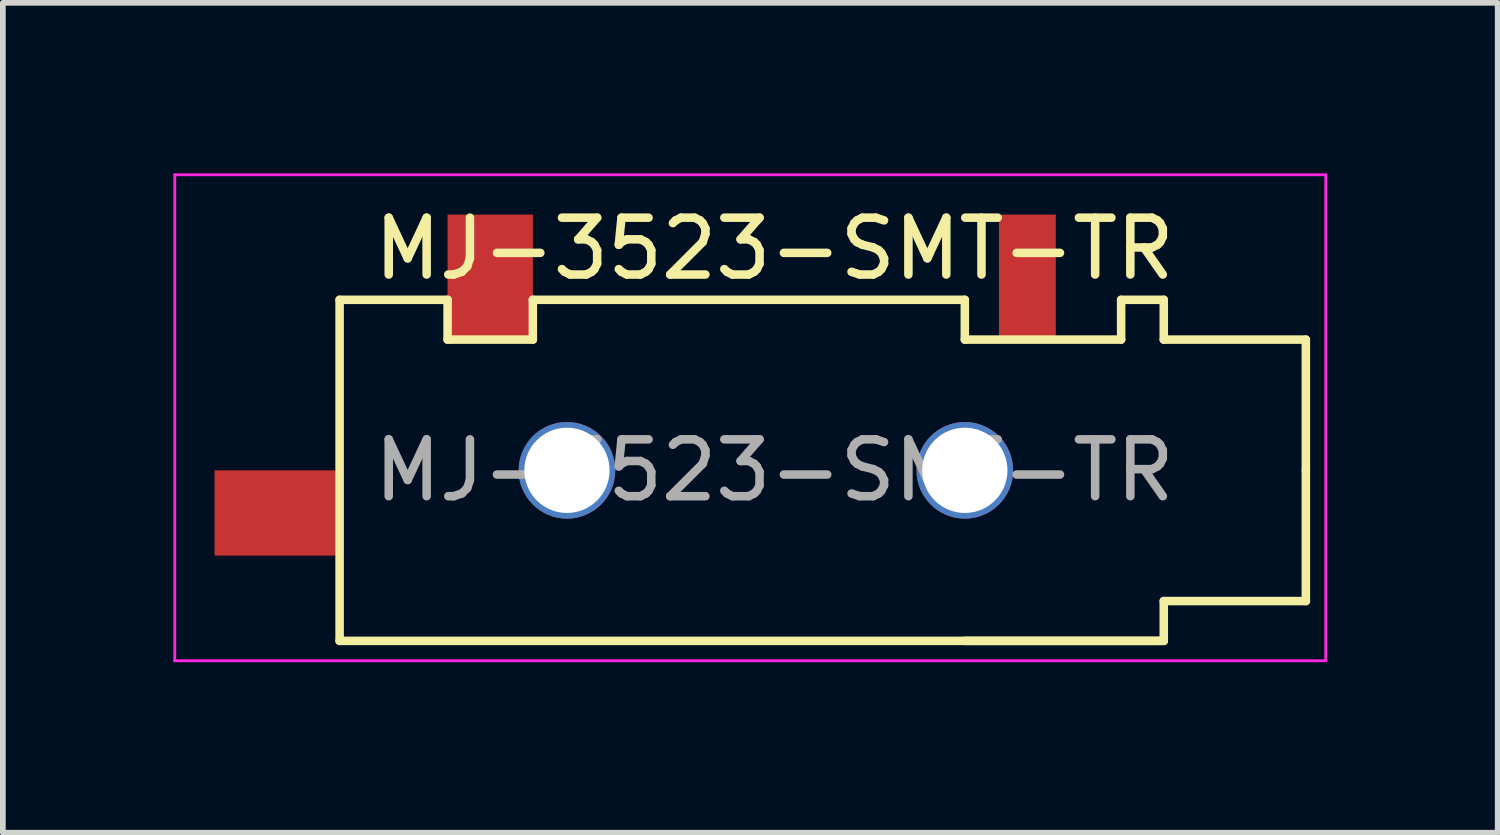
<source format=kicad_pcb>
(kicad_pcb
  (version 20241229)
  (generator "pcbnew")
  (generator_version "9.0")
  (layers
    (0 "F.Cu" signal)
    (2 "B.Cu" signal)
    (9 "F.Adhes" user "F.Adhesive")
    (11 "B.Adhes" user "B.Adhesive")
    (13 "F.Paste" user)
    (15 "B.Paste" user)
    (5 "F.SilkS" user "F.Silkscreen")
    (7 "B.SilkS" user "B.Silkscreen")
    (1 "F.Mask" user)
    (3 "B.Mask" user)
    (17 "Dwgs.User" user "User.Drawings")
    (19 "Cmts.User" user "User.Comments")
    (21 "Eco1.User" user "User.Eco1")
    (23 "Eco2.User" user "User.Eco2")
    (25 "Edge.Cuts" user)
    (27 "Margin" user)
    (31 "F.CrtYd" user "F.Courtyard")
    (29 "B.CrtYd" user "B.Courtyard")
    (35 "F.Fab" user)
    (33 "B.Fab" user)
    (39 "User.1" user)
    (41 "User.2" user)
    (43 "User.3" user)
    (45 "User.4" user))
  (footprint "MJ-3523-SMT-TR"
    (layer "F.Cu")
    (at 10.575 5.225)
    (property "Reference" "MJ-3523-SMT-TR" (at 0 -3.9 0) (layer "F.SilkS") (effects (font (size 1 1) (thickness 0.15))))
    (attr smd)
    (fp_line (start -7.65 -3) (end -5.75 -3) (stroke (width 0.15) (type solid)) (layer "F.SilkS"))
    (fp_line (start -7.65 3) (end -7.65 -3) (stroke (width 0.15) (type solid)) (layer "F.SilkS"))
    (fp_line (start -5.75 -3) (end -5.75 -2.3) (stroke (width 0.15) (type solid)) (layer "F.SilkS"))
    (fp_line (start -5.75 -2.3) (end -4.25 -2.3) (stroke (width 0.15) (type solid)) (layer "F.SilkS"))
    (fp_line (start -4.25 -3) (end 3.35 -3) (stroke (width 0.15) (type solid)) (layer "F.SilkS"))
    (fp_line (start -4.25 -2.3) (end -4.25 -3) (stroke (width 0.15) (type solid)) (layer "F.SilkS"))
    (fp_line (start 3.35 -2.3) (end 3.35 -3) (stroke (width 0.15) (type solid)) (layer "F.SilkS"))
    (fp_line (start 3.35 3) (end 6.85 3) (stroke (width 0.15) (type solid)) (layer "F.SilkS"))
    (fp_line (start 6.1 -3) (end 6.1 -2.3) (stroke (width 0.15) (type solid)) (layer "F.SilkS"))
    (fp_line (start 6.1 -3) (end 6.85 -3) (stroke (width 0.15) (type solid)) (layer "F.SilkS"))
    (fp_line (start 6.1 -2.3) (end 3.35 -2.3) (stroke (width 0.15) (type solid)) (layer "F.SilkS"))
    (fp_line (start 6.85 -2.3) (end 6.85 -3) (stroke (width 0.15) (type solid)) (layer "F.SilkS"))
    (fp_line (start 6.85 2.3) (end 6.85 3) (stroke (width 0.15) (type solid)) (layer "F.SilkS"))
    (fp_line (start 6.85 3) (end -7.65 3) (stroke (width 0.15) (type solid)) (layer "F.SilkS"))
    (fp_line (start 9.35 -2.3) (end 6.85 -2.3) (stroke (width 0.15) (type solid)) (layer "F.SilkS"))
    (fp_line (start 9.35 0) (end 9.35 -2.3) (stroke (width 0.15) (type solid)) (layer "F.SilkS"))
    (fp_line (start 9.35 0) (end 9.35 2.3) (stroke (width 0.15) (type solid)) (layer "F.SilkS"))
    (fp_line (start 9.35 2.3) (end 6.85 2.3) (stroke (width 0.15) (type solid)) (layer "F.SilkS"))
    (fp_line (start -10.55 -5.2) (end 9.7 -5.2) (stroke (width 0.05) (type solid)) (layer "F.CrtYd"))
    (fp_line (start -10.55 3.35) (end -10.55 -5.2) (stroke (width 0.05) (type solid)) (layer "F.CrtYd"))
    (fp_line (start -10.55 3.35) (end 9.7 3.35) (stroke (width 0.05) (type solid)) (layer "F.CrtYd"))
    (fp_line (start 9.7 3.35) (end 9.7 -5.2) (stroke (width 0.05) (type solid)) (layer "F.CrtYd"))
    (fp_text user "${REFERENCE}" (at 0 0 0) (layer "F.Fab") (effects (font (size 1 1) (thickness 0.15))))
    (pad "" np_thru_hole circle (at -3.65 0) (size 1.7 1.7) (drill 1.5) (layers "*.Cu" "*.Mask"))
    (pad "" np_thru_hole circle (at 3.35 0) (size 1.7 1.7) (drill 1.5) (layers "*.Cu" "*.Mask"))
    (pad "1" smd custom (at 4.45 -3.4) (size 1 2.2) (layers "F.Cu" "F.Mask" "F.Paste") (options (anchor rect)) (primitives))
    (pad "2" smd custom (at -5 -3.4 180) (size 1.5 2.2) (layers "F.Cu" "F.Mask" "F.Paste") (options (anchor rect)) (primitives))
    (pad "10" smd custom (at -8.75 0.75 90) (size 1.5 2.2) (layers "F.Cu" "F.Mask" "F.Paste") (options (anchor rect)) (primitives)))
  (gr_rect
    (start -3 -3)
    (end 23.3 11.6)
    (stroke (width 0.1) (type default))
    (fill no)
    (layer "Edge.Cuts")))
</source>
